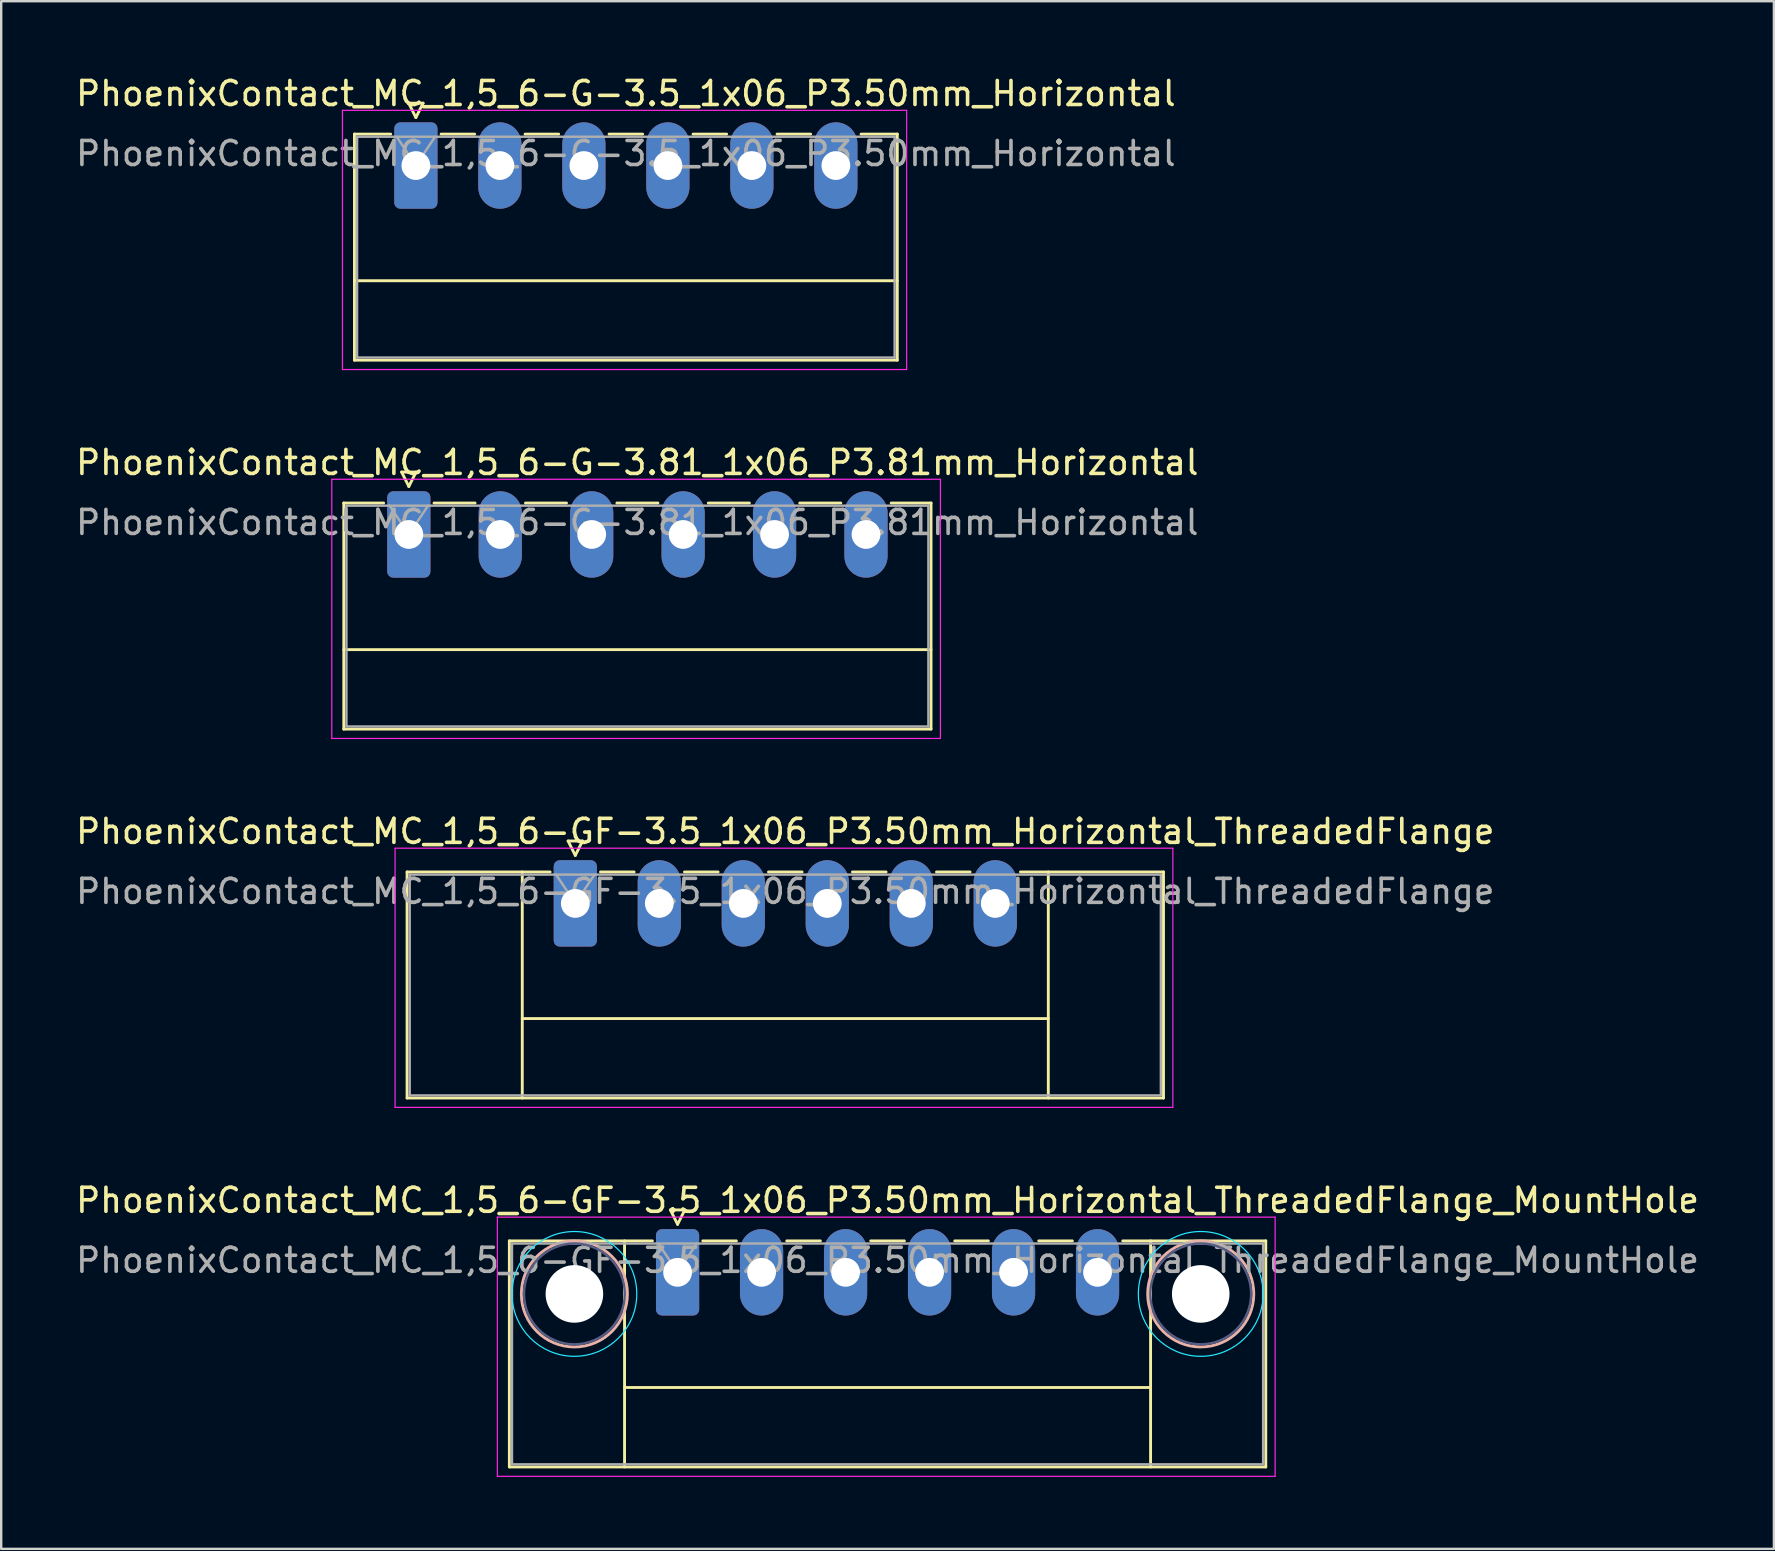
<source format=kicad_pcb>
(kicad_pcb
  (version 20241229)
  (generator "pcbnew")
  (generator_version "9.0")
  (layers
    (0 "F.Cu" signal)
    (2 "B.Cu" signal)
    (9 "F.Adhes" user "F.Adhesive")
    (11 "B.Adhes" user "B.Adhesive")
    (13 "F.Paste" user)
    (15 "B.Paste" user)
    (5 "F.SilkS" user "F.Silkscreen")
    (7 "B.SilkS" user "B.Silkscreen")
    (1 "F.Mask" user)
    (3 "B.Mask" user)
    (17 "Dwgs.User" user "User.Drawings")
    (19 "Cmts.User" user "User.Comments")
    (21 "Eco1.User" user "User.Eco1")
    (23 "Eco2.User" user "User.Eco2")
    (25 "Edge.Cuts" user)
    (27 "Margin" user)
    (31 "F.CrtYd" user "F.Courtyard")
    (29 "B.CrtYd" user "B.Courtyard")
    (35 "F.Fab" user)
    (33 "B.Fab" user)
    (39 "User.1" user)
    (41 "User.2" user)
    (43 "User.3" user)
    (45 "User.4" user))
  (footprint "PhoenixContact_MC_1,5_6-GF-3.5_1x06_P3.50mm_Horizontal_ThreadedFlange"
    (layer "F.Cu")
    (at 20.923 34.595)
    (property "Reference" "PhoenixContact_MC_1,5_6-GF-3.5_1x06_P3.50mm_Horizontal_ThreadedFlange" (at 8.75 -3 0) (layer "F.SilkS") (effects (font (size 1 1) (thickness 0.15))))
    (attr through_hole)
    (fp_line (start -7.01 -1.31) (end -7.01 8.11) (stroke (width 0.12) (type solid)) (layer "F.SilkS"))
    (fp_line (start -7.01 -1.31) (end -1.05 -1.31) (stroke (width 0.12) (type solid)) (layer "F.SilkS"))
    (fp_line (start -7.01 8.11) (end 24.51 8.11) (stroke (width 0.12) (type solid)) (layer "F.SilkS"))
    (fp_line (start -2.21 -1.31) (end -2.21 8.11) (stroke (width 0.12) (type solid)) (layer "F.SilkS"))
    (fp_line (start -2.21 4.8) (end 19.71 4.8) (stroke (width 0.12) (type solid)) (layer "F.SilkS"))
    (fp_line (start -0.3 -2.6) (end 0.3 -2.6) (stroke (width 0.12) (type solid)) (layer "F.SilkS"))
    (fp_line (start 0 -2) (end -0.3 -2.6) (stroke (width 0.12) (type solid)) (layer "F.SilkS"))
    (fp_line (start 0.3 -2.6) (end 0 -2) (stroke (width 0.12) (type solid)) (layer "F.SilkS"))
    (fp_line (start 1.05 -1.31) (end 2.45 -1.31) (stroke (width 0.12) (type solid)) (layer "F.SilkS"))
    (fp_line (start 4.55 -1.31) (end 5.95 -1.31) (stroke (width 0.12) (type solid)) (layer "F.SilkS"))
    (fp_line (start 8.05 -1.31) (end 9.45 -1.31) (stroke (width 0.12) (type solid)) (layer "F.SilkS"))
    (fp_line (start 11.55 -1.31) (end 12.95 -1.31) (stroke (width 0.12) (type solid)) (layer "F.SilkS"))
    (fp_line (start 15.05 -1.31) (end 16.45 -1.31) (stroke (width 0.12) (type solid)) (layer "F.SilkS"))
    (fp_line (start 19.71 -1.31) (end 19.71 8.11) (stroke (width 0.12) (type solid)) (layer "F.SilkS"))
    (fp_line (start 24.51 -1.31) (end 18.55 -1.31) (stroke (width 0.12) (type solid)) (layer "F.SilkS"))
    (fp_line (start 24.51 8.11) (end 24.51 -1.31) (stroke (width 0.12) (type solid)) (layer "F.SilkS"))
    (fp_line (start -7.51 -2.3) (end -7.51 8.5) (stroke (width 0.05) (type solid)) (layer "F.CrtYd"))
    (fp_line (start -7.51 8.5) (end 24.9 8.5) (stroke (width 0.05) (type solid)) (layer "F.CrtYd"))
    (fp_line (start 24.9 -2.3) (end -7.51 -2.3) (stroke (width 0.05) (type solid)) (layer "F.CrtYd"))
    (fp_line (start 24.9 8.5) (end 24.9 -2.3) (stroke (width 0.05) (type solid)) (layer "F.CrtYd"))
    (fp_line (start -6.9 -1.2) (end -6.9 8) (stroke (width 0.1) (type solid)) (layer "F.Fab"))
    (fp_line (start -6.9 8) (end 24.4 8) (stroke (width 0.1) (type solid)) (layer "F.Fab"))
    (fp_line (start 0 0) (end -0.8 -1.2) (stroke (width 0.1) (type solid)) (layer "F.Fab"))
    (fp_line (start 0.8 -1.2) (end 0 0) (stroke (width 0.1) (type solid)) (layer "F.Fab"))
    (fp_line (start 24.4 -1.2) (end -6.9 -1.2) (stroke (width 0.1) (type solid)) (layer "F.Fab"))
    (fp_line (start 24.4 8) (end 24.4 -1.2) (stroke (width 0.1) (type solid)) (layer "F.Fab"))
    (fp_text user "${REFERENCE}" (at 8.75 -0.5 0) (layer "F.Fab") (effects (font (size 1 1) (thickness 0.15))))
    (pad "1" thru_hole roundrect (at 0 0) (size 1.8 3.6) (drill 1.2) (layers "*.Cu" "*.Mask") (roundrect_rratio 0.139))
    (pad "2" thru_hole oval (at 3.5 0) (size 1.8 3.6) (drill 1.2) (layers "*.Cu" "*.Mask"))
    (pad "3" thru_hole oval (at 7 0) (size 1.8 3.6) (drill 1.2) (layers "*.Cu" "*.Mask"))
    (pad "4" thru_hole oval (at 10.5 0) (size 1.8 3.6) (drill 1.2) (layers "*.Cu" "*.Mask"))
    (pad "5" thru_hole oval (at 14 0) (size 1.8 3.6) (drill 1.2) (layers "*.Cu" "*.Mask"))
    (pad "6" thru_hole oval (at 17.5 0) (size 1.8 3.6) (drill 1.2) (layers "*.Cu" "*.Mask")))
  (footprint "PhoenixContact_MC_1,5_6-GF-3.5_1x06_P3.50mm_Horizontal_ThreadedFlange_MountHole"
    (layer "F.Cu")
    (at 25.185 49.968)
    (property "Reference" "PhoenixContact_MC_1,5_6-GF-3.5_1x06_P3.50mm_Horizontal_ThreadedFlange_MountHole" (at 8.75 -3 0) (layer "F.SilkS") (effects (font (size 1 1) (thickness 0.15))))
    (attr through_hole)
    (fp_line (start -7.01 -1.31) (end -7.01 8.11) (stroke (width 0.12) (type solid)) (layer "F.SilkS"))
    (fp_line (start -7.01 -1.31) (end -1.05 -1.31) (stroke (width 0.12) (type solid)) (layer "F.SilkS"))
    (fp_line (start -7.01 8.11) (end 24.51 8.11) (stroke (width 0.12) (type solid)) (layer "F.SilkS"))
    (fp_line (start -2.21 -1.31) (end -2.21 8.11) (stroke (width 0.12) (type solid)) (layer "F.SilkS"))
    (fp_line (start -2.21 4.8) (end 19.71 4.8) (stroke (width 0.12) (type solid)) (layer "F.SilkS"))
    (fp_line (start -0.3 -2.6) (end 0.3 -2.6) (stroke (width 0.12) (type solid)) (layer "F.SilkS"))
    (fp_line (start 0 -2) (end -0.3 -2.6) (stroke (width 0.12) (type solid)) (layer "F.SilkS"))
    (fp_line (start 0.3 -2.6) (end 0 -2) (stroke (width 0.12) (type solid)) (layer "F.SilkS"))
    (fp_line (start 1.05 -1.31) (end 2.45 -1.31) (stroke (width 0.12) (type solid)) (layer "F.SilkS"))
    (fp_line (start 4.55 -1.31) (end 5.95 -1.31) (stroke (width 0.12) (type solid)) (layer "F.SilkS"))
    (fp_line (start 8.05 -1.31) (end 9.45 -1.31) (stroke (width 0.12) (type solid)) (layer "F.SilkS"))
    (fp_line (start 11.55 -1.31) (end 12.95 -1.31) (stroke (width 0.12) (type solid)) (layer "F.SilkS"))
    (fp_line (start 15.05 -1.31) (end 16.45 -1.31) (stroke (width 0.12) (type solid)) (layer "F.SilkS"))
    (fp_line (start 19.71 -1.31) (end 19.71 8.11) (stroke (width 0.12) (type solid)) (layer "F.SilkS"))
    (fp_line (start 24.51 -1.31) (end 18.55 -1.31) (stroke (width 0.12) (type solid)) (layer "F.SilkS"))
    (fp_line (start 24.51 8.11) (end 24.51 -1.31) (stroke (width 0.12) (type solid)) (layer "F.SilkS"))
    (fp_circle (center -4.3 0.9) (end -2.09 0.9) (stroke (width 0.12) (type solid)) (fill no) (layer "B.SilkS"))
    (fp_circle (center 21.8 0.9) (end 24.01 0.9) (stroke (width 0.12) (type solid)) (fill no) (layer "B.SilkS"))
    (fp_circle (center -4.3 0.9) (end -1.7 0.9) (stroke (width 0.05) (type solid)) (fill no) (layer "B.CrtYd"))
    (fp_circle (center 21.8 0.9) (end 24.4 0.9) (stroke (width 0.05) (type solid)) (fill no) (layer "B.CrtYd"))
    (fp_line (start -7.51 -2.3) (end -7.51 8.5) (stroke (width 0.05) (type solid)) (layer "F.CrtYd"))
    (fp_line (start -7.51 8.5) (end 24.9 8.5) (stroke (width 0.05) (type solid)) (layer "F.CrtYd"))
    (fp_line (start 24.9 -2.3) (end -7.51 -2.3) (stroke (width 0.05) (type solid)) (layer "F.CrtYd"))
    (fp_line (start 24.9 8.5) (end 24.9 -2.3) (stroke (width 0.05) (type solid)) (layer "F.CrtYd"))
    (fp_circle (center -4.3 0.9) (end -2.2 0.9) (stroke (width 0.1) (type solid)) (fill no) (layer "B.Fab"))
    (fp_circle (center 21.8 0.9) (end 23.9 0.9) (stroke (width 0.1) (type solid)) (fill no) (layer "B.Fab"))
    (fp_line (start -6.9 -1.2) (end -6.9 8) (stroke (width 0.1) (type solid)) (layer "F.Fab"))
    (fp_line (start -6.9 8) (end 24.4 8) (stroke (width 0.1) (type solid)) (layer "F.Fab"))
    (fp_line (start 0 0) (end -0.8 -1.2) (stroke (width 0.1) (type solid)) (layer "F.Fab"))
    (fp_line (start 0.8 -1.2) (end 0 0) (stroke (width 0.1) (type solid)) (layer "F.Fab"))
    (fp_line (start 24.4 -1.2) (end -6.9 -1.2) (stroke (width 0.1) (type solid)) (layer "F.Fab"))
    (fp_line (start 24.4 8) (end 24.4 -1.2) (stroke (width 0.1) (type solid)) (layer "F.Fab"))
    (fp_text user "${REFERENCE}" (at 8.75 -0.5 0) (layer "F.Fab") (effects (font (size 1 1) (thickness 0.15))))
    (pad "" np_thru_hole circle (at -4.3 0.9) (size 2.4 2.4) (drill 2.4) (layers "*.Cu" "*.Mask"))
    (pad "" np_thru_hole circle (at 21.8 0.9) (size 2.4 2.4) (drill 2.4) (layers "*.Cu" "*.Mask"))
    (pad "1" thru_hole roundrect (at 0 0) (size 1.8 3.6) (drill 1.2) (layers "*.Cu" "*.Mask") (roundrect_rratio 0.139))
    (pad "2" thru_hole oval (at 3.5 0) (size 1.8 3.6) (drill 1.2) (layers "*.Cu" "*.Mask"))
    (pad "3" thru_hole oval (at 7 0) (size 1.8 3.6) (drill 1.2) (layers "*.Cu" "*.Mask"))
    (pad "4" thru_hole oval (at 10.5 0) (size 1.8 3.6) (drill 1.2) (layers "*.Cu" "*.Mask"))
    (pad "5" thru_hole oval (at 14 0) (size 1.8 3.6) (drill 1.2) (layers "*.Cu" "*.Mask"))
    (pad "6" thru_hole oval (at 17.5 0) (size 1.8 3.6) (drill 1.2) (layers "*.Cu" "*.Mask")))
  (footprint "PhoenixContact_MC_1,5_6-G-3.5_1x06_P3.50mm_Horizontal"
    (layer "F.Cu")
    (at 14.28 3.848)
    (property "Reference" "PhoenixContact_MC_1,5_6-G-3.5_1x06_P3.50mm_Horizontal" (at 8.75 -3 0) (layer "F.SilkS") (effects (font (size 1 1) (thickness 0.15))))
    (attr through_hole)
    (fp_line (start -2.56 -1.31) (end -2.56 8.11) (stroke (width 0.12) (type solid)) (layer "F.SilkS"))
    (fp_line (start -2.56 -1.31) (end -1.05 -1.31) (stroke (width 0.12) (type solid)) (layer "F.SilkS"))
    (fp_line (start -2.56 4.8) (end 20.06 4.8) (stroke (width 0.12) (type solid)) (layer "F.SilkS"))
    (fp_line (start -2.56 8.11) (end 20.06 8.11) (stroke (width 0.12) (type solid)) (layer "F.SilkS"))
    (fp_line (start -0.3 -2.6) (end 0.3 -2.6) (stroke (width 0.12) (type solid)) (layer "F.SilkS"))
    (fp_line (start 0 -2) (end -0.3 -2.6) (stroke (width 0.12) (type solid)) (layer "F.SilkS"))
    (fp_line (start 0.3 -2.6) (end 0 -2) (stroke (width 0.12) (type solid)) (layer "F.SilkS"))
    (fp_line (start 1.05 -1.31) (end 2.45 -1.31) (stroke (width 0.12) (type solid)) (layer "F.SilkS"))
    (fp_line (start 4.55 -1.31) (end 5.95 -1.31) (stroke (width 0.12) (type solid)) (layer "F.SilkS"))
    (fp_line (start 8.05 -1.31) (end 9.45 -1.31) (stroke (width 0.12) (type solid)) (layer "F.SilkS"))
    (fp_line (start 11.55 -1.31) (end 12.95 -1.31) (stroke (width 0.12) (type solid)) (layer "F.SilkS"))
    (fp_line (start 15.05 -1.31) (end 16.45 -1.31) (stroke (width 0.12) (type solid)) (layer "F.SilkS"))
    (fp_line (start 20.06 -1.31) (end 18.55 -1.31) (stroke (width 0.12) (type solid)) (layer "F.SilkS"))
    (fp_line (start 20.06 8.11) (end 20.06 -1.31) (stroke (width 0.12) (type solid)) (layer "F.SilkS"))
    (fp_line (start -3.06 -2.3) (end -3.06 8.5) (stroke (width 0.05) (type solid)) (layer "F.CrtYd"))
    (fp_line (start -3.06 8.5) (end 20.45 8.5) (stroke (width 0.05) (type solid)) (layer "F.CrtYd"))
    (fp_line (start 20.45 -2.3) (end -3.06 -2.3) (stroke (width 0.05) (type solid)) (layer "F.CrtYd"))
    (fp_line (start 20.45 8.5) (end 20.45 -2.3) (stroke (width 0.05) (type solid)) (layer "F.CrtYd"))
    (fp_line (start -2.45 -1.2) (end -2.45 8) (stroke (width 0.1) (type solid)) (layer "F.Fab"))
    (fp_line (start -2.45 8) (end 19.95 8) (stroke (width 0.1) (type solid)) (layer "F.Fab"))
    (fp_line (start 0 0) (end -0.8 -1.2) (stroke (width 0.1) (type solid)) (layer "F.Fab"))
    (fp_line (start 0.8 -1.2) (end 0 0) (stroke (width 0.1) (type solid)) (layer "F.Fab"))
    (fp_line (start 19.95 -1.2) (end -2.45 -1.2) (stroke (width 0.1) (type solid)) (layer "F.Fab"))
    (fp_line (start 19.95 8) (end 19.95 -1.2) (stroke (width 0.1) (type solid)) (layer "F.Fab"))
    (fp_text user "${REFERENCE}" (at 8.75 -0.5 0) (layer "F.Fab") (effects (font (size 1 1) (thickness 0.15))))
    (pad "1" thru_hole roundrect (at 0 0) (size 1.8 3.6) (drill 1.2) (layers "*.Cu" "*.Mask") (roundrect_rratio 0.139))
    (pad "2" thru_hole oval (at 3.5 0) (size 1.8 3.6) (drill 1.2) (layers "*.Cu" "*.Mask"))
    (pad "3" thru_hole oval (at 7 0) (size 1.8 3.6) (drill 1.2) (layers "*.Cu" "*.Mask"))
    (pad "4" thru_hole oval (at 10.5 0) (size 1.8 3.6) (drill 1.2) (layers "*.Cu" "*.Mask"))
    (pad "5" thru_hole oval (at 14 0) (size 1.8 3.6) (drill 1.2) (layers "*.Cu" "*.Mask"))
    (pad "6" thru_hole oval (at 17.5 0) (size 1.8 3.6) (drill 1.2) (layers "*.Cu" "*.Mask")))
  (footprint "PhoenixContact_MC_1,5_6-G-3.81_1x06_P3.81mm_Horizontal"
    (layer "F.Cu")
    (at 13.986 19.221)
    (property "Reference" "PhoenixContact_MC_1,5_6-G-3.81_1x06_P3.81mm_Horizontal" (at 9.52 -3 0) (layer "F.SilkS") (effects (font (size 1 1) (thickness 0.15))))
    (attr through_hole)
    (fp_line (start -2.71 -1.31) (end -2.71 8.11) (stroke (width 0.12) (type solid)) (layer "F.SilkS"))
    (fp_line (start -2.71 -1.31) (end -1.05 -1.31) (stroke (width 0.12) (type solid)) (layer "F.SilkS"))
    (fp_line (start -2.71 4.8) (end 21.76 4.8) (stroke (width 0.12) (type solid)) (layer "F.SilkS"))
    (fp_line (start -2.71 8.11) (end 21.76 8.11) (stroke (width 0.12) (type solid)) (layer "F.SilkS"))
    (fp_line (start -0.3 -2.6) (end 0.3 -2.6) (stroke (width 0.12) (type solid)) (layer "F.SilkS"))
    (fp_line (start 0 -2) (end -0.3 -2.6) (stroke (width 0.12) (type solid)) (layer "F.SilkS"))
    (fp_line (start 0.3 -2.6) (end 0 -2) (stroke (width 0.12) (type solid)) (layer "F.SilkS"))
    (fp_line (start 1.05 -1.31) (end 2.76 -1.31) (stroke (width 0.12) (type solid)) (layer "F.SilkS"))
    (fp_line (start 4.86 -1.31) (end 6.57 -1.31) (stroke (width 0.12) (type solid)) (layer "F.SilkS"))
    (fp_line (start 8.67 -1.31) (end 10.38 -1.31) (stroke (width 0.12) (type solid)) (layer "F.SilkS"))
    (fp_line (start 12.48 -1.31) (end 14.19 -1.31) (stroke (width 0.12) (type solid)) (layer "F.SilkS"))
    (fp_line (start 16.29 -1.31) (end 18 -1.31) (stroke (width 0.12) (type solid)) (layer "F.SilkS"))
    (fp_line (start 21.76 -1.31) (end 20.1 -1.31) (stroke (width 0.12) (type solid)) (layer "F.SilkS"))
    (fp_line (start 21.76 8.11) (end 21.76 -1.31) (stroke (width 0.12) (type solid)) (layer "F.SilkS"))
    (fp_line (start -3.21 -2.3) (end -3.21 8.5) (stroke (width 0.05) (type solid)) (layer "F.CrtYd"))
    (fp_line (start -3.21 8.5) (end 22.15 8.5) (stroke (width 0.05) (type solid)) (layer "F.CrtYd"))
    (fp_line (start 22.15 -2.3) (end -3.21 -2.3) (stroke (width 0.05) (type solid)) (layer "F.CrtYd"))
    (fp_line (start 22.15 8.5) (end 22.15 -2.3) (stroke (width 0.05) (type solid)) (layer "F.CrtYd"))
    (fp_line (start -2.6 -1.2) (end -2.6 8) (stroke (width 0.1) (type solid)) (layer "F.Fab"))
    (fp_line (start -2.6 8) (end 21.65 8) (stroke (width 0.1) (type solid)) (layer "F.Fab"))
    (fp_line (start 0 0) (end -0.8 -1.2) (stroke (width 0.1) (type solid)) (layer "F.Fab"))
    (fp_line (start 0.8 -1.2) (end 0 0) (stroke (width 0.1) (type solid)) (layer "F.Fab"))
    (fp_line (start 21.65 -1.2) (end -2.6 -1.2) (stroke (width 0.1) (type solid)) (layer "F.Fab"))
    (fp_line (start 21.65 8) (end 21.65 -1.2) (stroke (width 0.1) (type solid)) (layer "F.Fab"))
    (fp_text user "${REFERENCE}" (at 9.52 -0.5 0) (layer "F.Fab") (effects (font (size 1 1) (thickness 0.15))))
    (pad "1" thru_hole roundrect (at 0 0) (size 1.8 3.6) (drill 1.2) (layers "*.Cu" "*.Mask") (roundrect_rratio 0.139))
    (pad "2" thru_hole oval (at 3.81 0) (size 1.8 3.6) (drill 1.2) (layers "*.Cu" "*.Mask"))
    (pad "3" thru_hole oval (at 7.62 0) (size 1.8 3.6) (drill 1.2) (layers "*.Cu" "*.Mask"))
    (pad "4" thru_hole oval (at 11.43 0) (size 1.8 3.6) (drill 1.2) (layers "*.Cu" "*.Mask"))
    (pad "5" thru_hole oval (at 15.24 0) (size 1.8 3.6) (drill 1.2) (layers "*.Cu" "*.Mask"))
    (pad "6" thru_hole oval (at 19.05 0) (size 1.8 3.6) (drill 1.2) (layers "*.Cu" "*.Mask")))
  (gr_rect
    (start -3 -3)
    (end 70.869 61.493)
    (stroke (width 0.1) (type default))
    (fill no)
    (layer "Edge.Cuts")))
</source>
